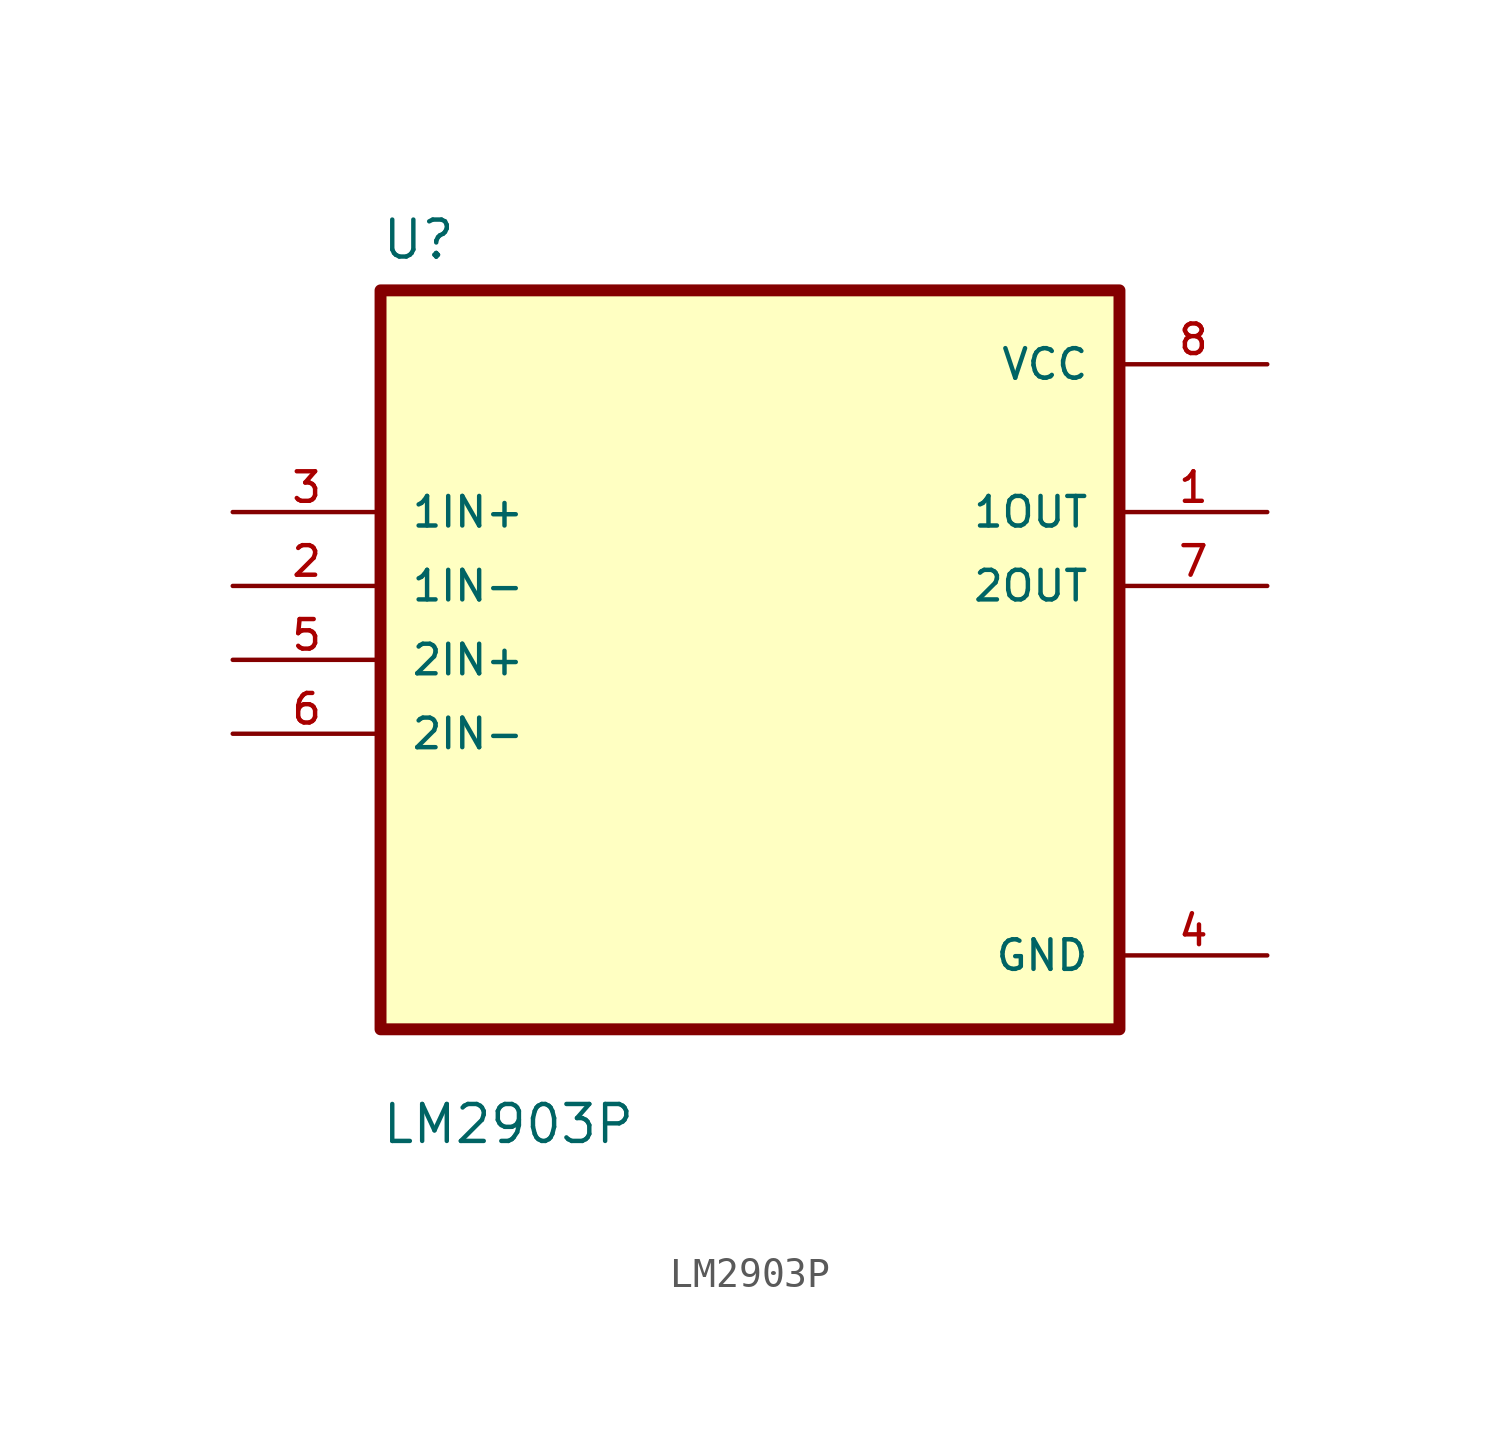
<source format=kicad_sym>
(kicad_symbol_lib
  (version 20211014)
  (generator kicad_symbol_editor)
  (symbol "LM2903P"
    (pin_names
      (offset 1.016))
    (property "Reference" "U"
      (at -12.7 13.7 0.0)
      (effects (font (size 1.27 1.27)) (justify bottom left)))
    (property "Value" "LM2903P"
      (at -12.7 -16.7 0.0)
      (effects (font (size 1.27 1.27)) (justify bottom left)))
    (symbol "LM2903P_0_0"
      (rectangle (start -12.7 -12.7) (end 12.7 12.7) (stroke (width 0.41)) (fill (type background)))
      (pin input line (at -17.78 5.08 0) (length 5.08) (name "1IN+" (effects (font (size 1.016 1.016)))) (number "3" (effects (font (size 1.016 1.016)))))
      (pin input line (at -17.78 2.54 0) (length 5.08) (name "1IN-" (effects (font (size 1.016 1.016)))) (number "2" (effects (font (size 1.016 1.016)))))
      (pin input line (at -17.78 -8.88178e-16 0) (length 5.08) (name "2IN+" (effects (font (size 1.016 1.016)))) (number "5" (effects (font (size 1.016 1.016)))))
      (pin input line (at -17.78 -2.54 0) (length 5.08) (name "2IN-" (effects (font (size 1.016 1.016)))) (number "6" (effects (font (size 1.016 1.016)))))
      (pin power_in line (at 17.78 10.16 180.0) (length 5.08) (name "VCC" (effects (font (size 1.016 1.016)))) (number "8" (effects (font (size 1.016 1.016)))))
      (pin output line (at 17.78 5.08 180.0) (length 5.08) (name "1OUT" (effects (font (size 1.016 1.016)))) (number "1" (effects (font (size 1.016 1.016)))))
      (pin output line (at 17.78 2.54 180.0) (length 5.08) (name "2OUT" (effects (font (size 1.016 1.016)))) (number "7" (effects (font (size 1.016 1.016)))))
      (pin power_in line (at 17.78 -10.16 180.0) (length 5.08) (name "GND" (effects (font (size 1.016 1.016)))) (number "4" (effects (font (size 1.016 1.016))))))))
</source>
